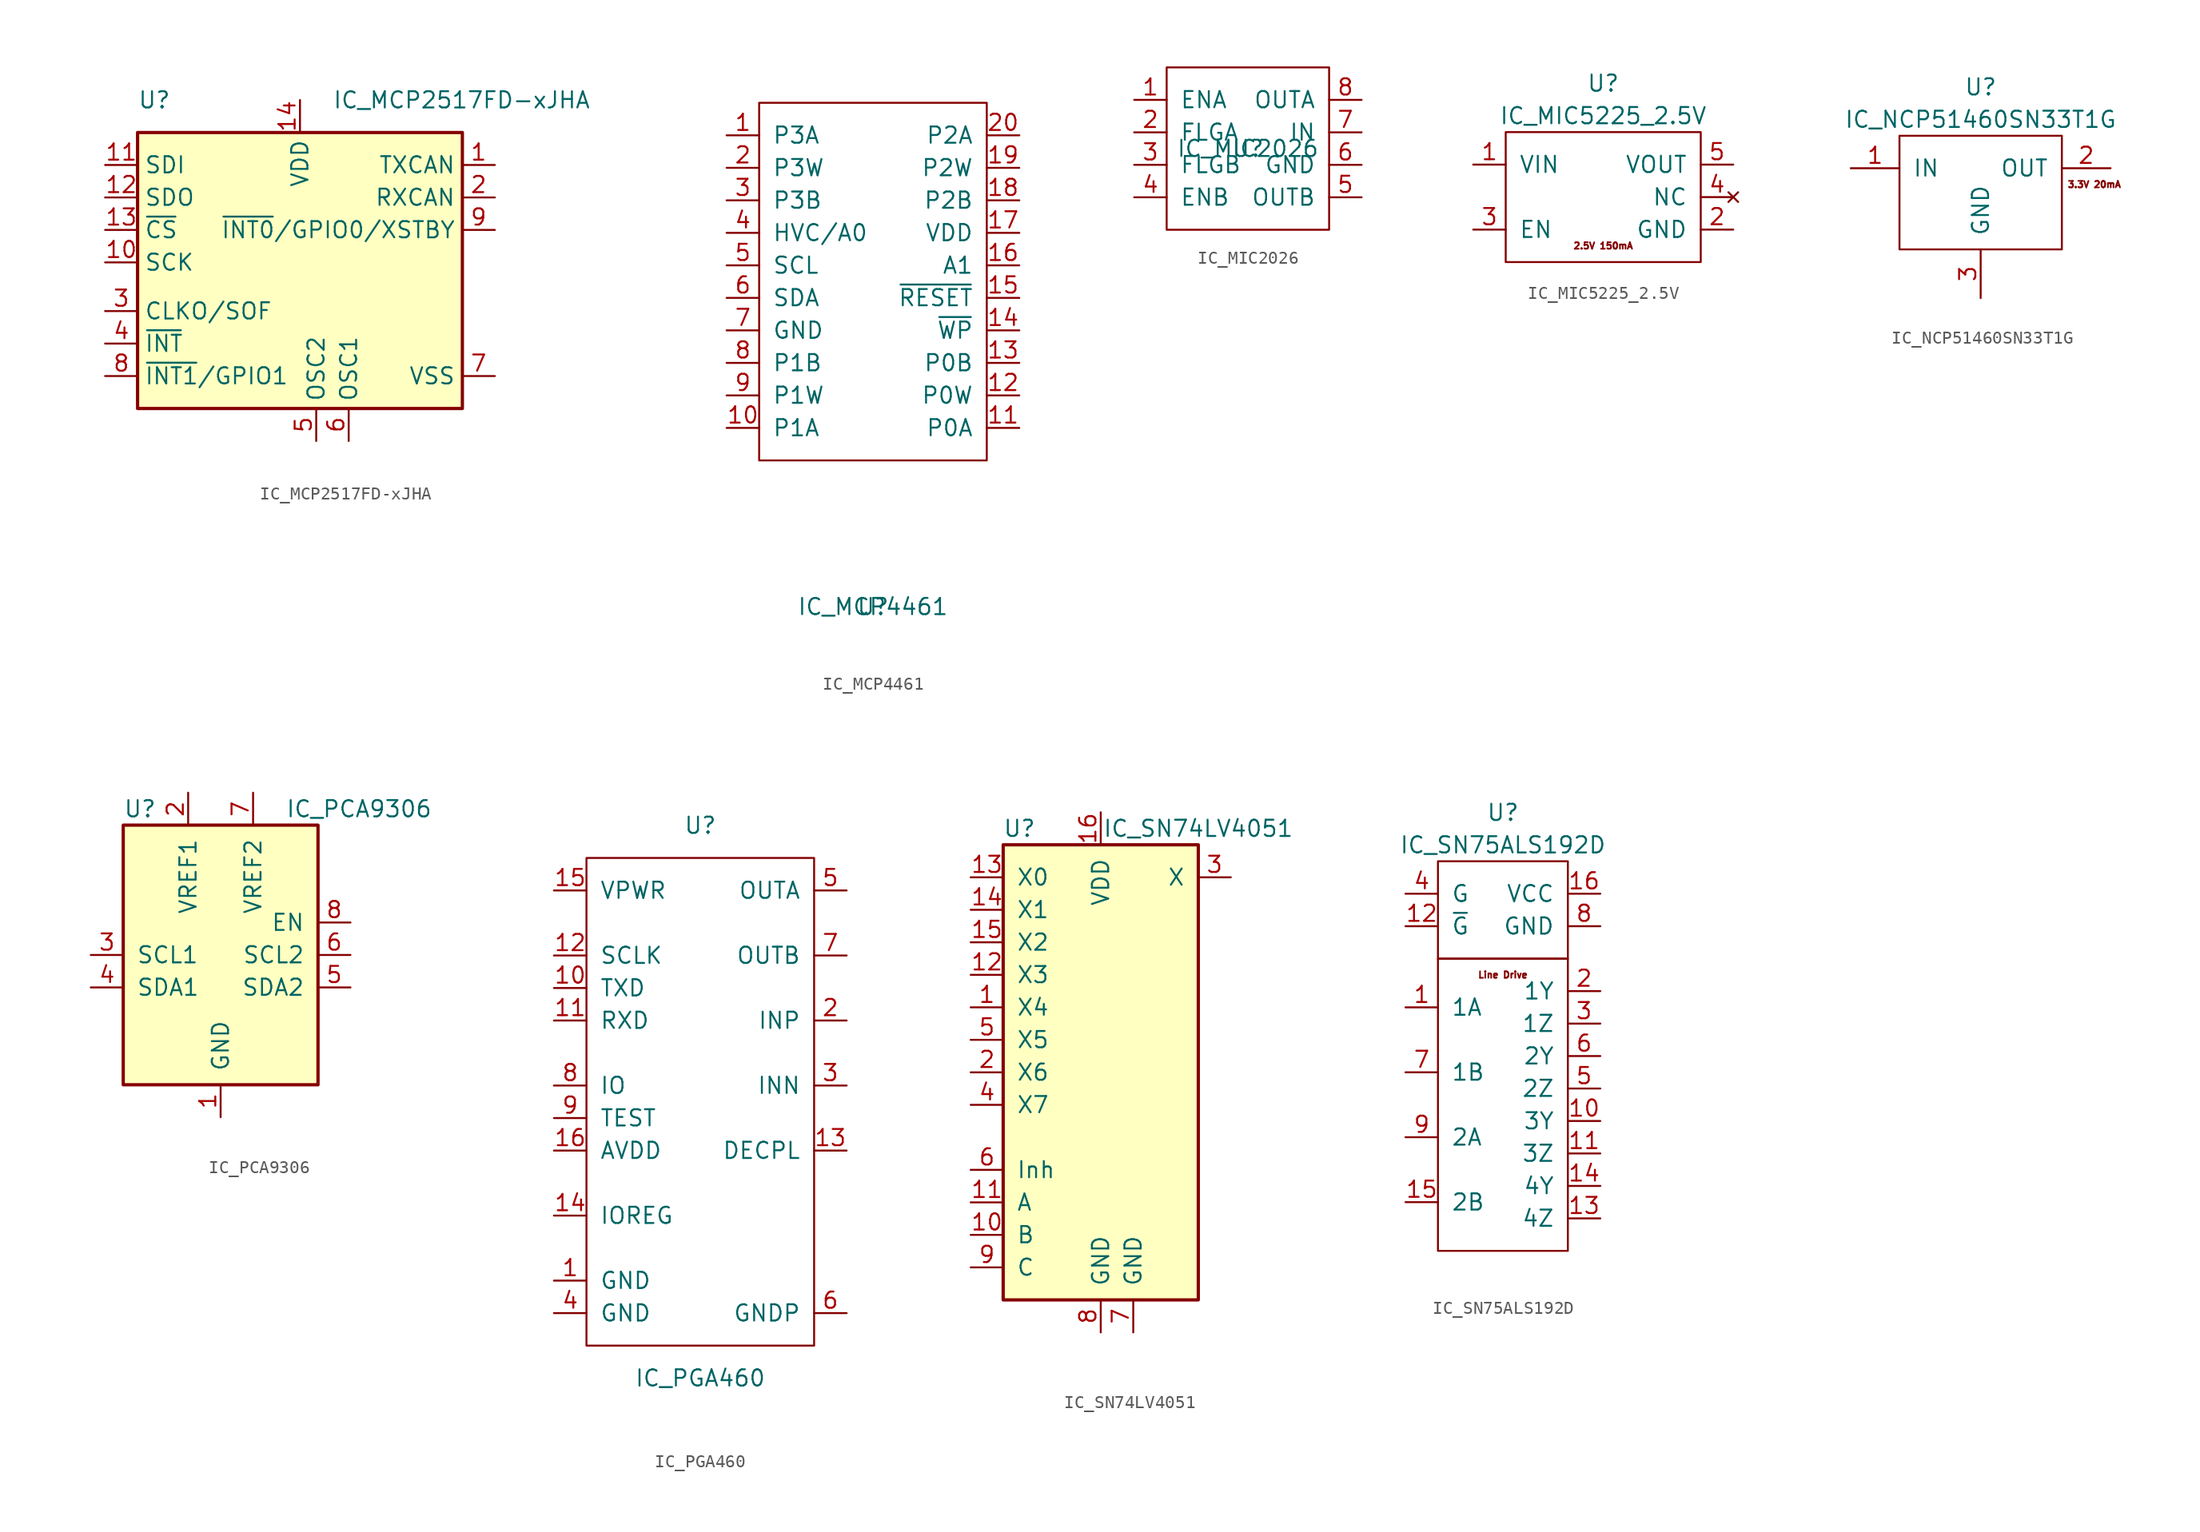
<source format=kicad_sym>
(kicad_symbol_lib
  (version 20211014)
  (generator kicad_symbol_editor)
  (symbol "IC_MCP2517FD-xJHA"
    (property "Reference" "U"
      (at -12.7 12.7 0)
      (effects (font (size 1.27 1.27)) (justify left)))
    (property "Value" "IC_MCP2517FD-xJHA"
      (at 2.54 12.7 0)
      (effects (font (size 1.27 1.27)) (justify left)))
    (symbol "IC_MCP2517FD-xJHA_0_1"
      (rectangle (start -12.7 10.16) (end 12.7 -11.43) (stroke (width 0.254) (type default) (color 0 0 0 0)) (fill (type background))))
    (symbol "IC_MCP2517FD-xJHA_1_1"
      (pin output line (at 15.24 7.62 180) (length 2.54) (name "TXCAN" (effects (font (size 1.27 1.27)))) (number "1" (effects (font (size 1.27 1.27)))))
      (pin input line (at -15.24 0 0) (length 2.54) (name "SCK" (effects (font (size 1.27 1.27)))) (number "10" (effects (font (size 1.27 1.27)))))
      (pin input line (at -15.24 7.62 0) (length 2.54) (name "SDI" (effects (font (size 1.27 1.27)))) (number "11" (effects (font (size 1.27 1.27)))))
      (pin output line (at -15.24 5.08 0) (length 2.54) (name "SDO" (effects (font (size 1.27 1.27)))) (number "12" (effects (font (size 1.27 1.27)))))
      (pin input line (at -15.24 2.54 0) (length 2.54) (name "~{CS}" (effects (font (size 1.27 1.27)))) (number "13" (effects (font (size 1.27 1.27)))))
      (pin power_in line (at 0 12.7 270) (length 2.54) (name "VDD" (effects (font (size 1.27 1.27)))) (number "14" (effects (font (size 1.27 1.27)))))
      (pin passive line (at 15.24 -8.89 180) (length 2.54) hide (name "VSS" (effects (font (size 1.27 1.27)))) (number "15" (effects (font (size 1.27 1.27)))))
      (pin input line (at 15.24 5.08 180) (length 2.54) (name "RXCAN" (effects (font (size 1.27 1.27)))) (number "2" (effects (font (size 1.27 1.27)))))
      (pin output line (at -15.24 -3.81 0) (length 2.54) (name "CLKO/SOF" (effects (font (size 1.27 1.27)))) (number "3" (effects (font (size 1.27 1.27)))))
      (pin output line (at -15.24 -6.35 0) (length 2.54) (name "~{INT}" (effects (font (size 1.27 1.27)))) (number "4" (effects (font (size 1.27 1.27)))))
      (pin output line (at 1.27 -13.97 90) (length 2.54) (name "OSC2" (effects (font (size 1.27 1.27)))) (number "5" (effects (font (size 1.27 1.27)))))
      (pin input line (at 3.81 -13.97 90) (length 2.54) (name "OSC1" (effects (font (size 1.27 1.27)))) (number "6" (effects (font (size 1.27 1.27)))))
      (pin power_in line (at 15.24 -8.89 180) (length 2.54) (name "VSS" (effects (font (size 1.27 1.27)))) (number "7" (effects (font (size 1.27 1.27)))))
      (pin bidirectional line (at -15.24 -8.89 0) (length 2.54) (name "~{INT1}/GPIO1" (effects (font (size 1.27 1.27)))) (number "8" (effects (font (size 1.27 1.27)))))
      (pin bidirectional line (at 15.24 2.54 180) (length 2.54) (name "~{INT0}/GPIO0/XSTBY" (effects (font (size 1.27 1.27)))) (number "9" (effects (font (size 1.27 1.27)))))))
  (symbol "IC_MCP4461"
    (pin_names
      (offset 1.016))
    (property "Reference" "U"
      (at 0 -25.4 0)
      (effects (font (size 1.27 1.27))))
    (property "Value" "IC_MCP4461"
      (at 0 -25.4 0)
      (effects (font (size 1.27 1.27))))
    (symbol "IC_MCP4461_0_1"
      (rectangle (start -8.89 13.97) (end 8.89 -13.97) (stroke (width 0) (type default) (color 0 0 0 0)) (fill (type none))))
    (symbol "IC_MCP4461_1_1"
      (pin passive line (at -11.43 11.43 0) (length 2.54) (name "P3A" (effects (font (size 1.27 1.27)))) (number "1" (effects (font (size 1.27 1.27)))))
      (pin passive line (at -11.43 -11.43 0) (length 2.54) (name "P1A" (effects (font (size 1.27 1.27)))) (number "10" (effects (font (size 1.27 1.27)))))
      (pin passive line (at 11.43 -11.43 180) (length 2.54) (name "P0A" (effects (font (size 1.27 1.27)))) (number "11" (effects (font (size 1.27 1.27)))))
      (pin passive line (at 11.43 -8.89 180) (length 2.54) (name "P0W" (effects (font (size 1.27 1.27)))) (number "12" (effects (font (size 1.27 1.27)))))
      (pin passive line (at 11.43 -6.35 180) (length 2.54) (name "P0B" (effects (font (size 1.27 1.27)))) (number "13" (effects (font (size 1.27 1.27)))))
      (pin input line (at 11.43 -3.81 180) (length 2.54) (name "~{WP}" (effects (font (size 1.27 1.27)))) (number "14" (effects (font (size 1.27 1.27)))))
      (pin input line (at 11.43 -1.27 180) (length 2.54) (name "~{RESET}" (effects (font (size 1.27 1.27)))) (number "15" (effects (font (size 1.27 1.27)))))
      (pin input line (at 11.43 1.27 180) (length 2.54) (name "A1" (effects (font (size 1.27 1.27)))) (number "16" (effects (font (size 1.27 1.27)))))
      (pin power_in line (at 11.43 3.81 180) (length 2.54) (name "VDD" (effects (font (size 1.27 1.27)))) (number "17" (effects (font (size 1.27 1.27)))))
      (pin passive line (at 11.43 6.35 180) (length 2.54) (name "P2B" (effects (font (size 1.27 1.27)))) (number "18" (effects (font (size 1.27 1.27)))))
      (pin passive line (at 11.43 8.89 180) (length 2.54) (name "P2W" (effects (font (size 1.27 1.27)))) (number "19" (effects (font (size 1.27 1.27)))))
      (pin passive line (at -11.43 8.89 0) (length 2.54) (name "P3W" (effects (font (size 1.27 1.27)))) (number "2" (effects (font (size 1.27 1.27)))))
      (pin passive line (at 11.43 11.43 180) (length 2.54) (name "P2A" (effects (font (size 1.27 1.27)))) (number "20" (effects (font (size 1.27 1.27)))))
      (pin passive line (at -11.43 6.35 0) (length 2.54) (name "P3B" (effects (font (size 1.27 1.27)))) (number "3" (effects (font (size 1.27 1.27)))))
      (pin input line (at -11.43 3.81 0) (length 2.54) (name "HVC/A0" (effects (font (size 1.27 1.27)))) (number "4" (effects (font (size 1.27 1.27)))))
      (pin input line (at -11.43 1.27 0) (length 2.54) (name "SCL" (effects (font (size 1.27 1.27)))) (number "5" (effects (font (size 1.27 1.27)))))
      (pin bidirectional line (at -11.43 -1.27 0) (length 2.54) (name "SDA" (effects (font (size 1.27 1.27)))) (number "6" (effects (font (size 1.27 1.27)))))
      (pin power_in line (at -11.43 -3.81 0) (length 2.54) (name "GND" (effects (font (size 1.27 1.27)))) (number "7" (effects (font (size 1.27 1.27)))))
      (pin passive line (at -11.43 -6.35 0) (length 2.54) (name "P1B" (effects (font (size 1.27 1.27)))) (number "8" (effects (font (size 1.27 1.27)))))
      (pin passive line (at -11.43 -8.89 0) (length 2.54) (name "P1W" (effects (font (size 1.27 1.27)))) (number "9" (effects (font (size 1.27 1.27)))))))
  (symbol "IC_MIC2026"
    (pin_names
      (offset 1.016))
    (property "Reference" "U"
      (at 0 0 0)
      (effects (font (size 1.27 1.27))))
    (property "Value" "IC_MIC2026"
      (at 0 0 0)
      (effects (font (size 1.27 1.27))))
    (symbol "IC_MIC2026_0_1"
      (rectangle (start -6.35 6.35) (end 6.35 -6.35) (stroke (width 0) (type default) (color 0 0 0 0)) (fill (type none))))
    (symbol "IC_MIC2026_1_1"
      (pin input line (at -8.89 3.81 0) (length 2.54) (name "ENA" (effects (font (size 1.27 1.27)))) (number "1" (effects (font (size 1.27 1.27)))))
      (pin output line (at -8.89 1.27 0) (length 2.54) (name "FLGA" (effects (font (size 1.27 1.27)))) (number "2" (effects (font (size 1.27 1.27)))))
      (pin output line (at -8.89 -1.27 0) (length 2.54) (name "FLGB" (effects (font (size 1.27 1.27)))) (number "3" (effects (font (size 1.27 1.27)))))
      (pin output line (at -8.89 -3.81 0) (length 2.54) (name "ENB" (effects (font (size 1.27 1.27)))) (number "4" (effects (font (size 1.27 1.27)))))
      (pin power_out line (at 8.89 -3.81 180) (length 2.54) (name "OUTB" (effects (font (size 1.27 1.27)))) (number "5" (effects (font (size 1.27 1.27)))))
      (pin power_in line (at 8.89 -1.27 180) (length 2.54) (name "GND" (effects (font (size 1.27 1.27)))) (number "6" (effects (font (size 1.27 1.27)))))
      (pin power_in line (at 8.89 1.27 180) (length 2.54) (name "IN" (effects (font (size 1.27 1.27)))) (number "7" (effects (font (size 1.27 1.27)))))
      (pin output line (at 8.89 3.81 180) (length 2.54) (name "OUTA" (effects (font (size 1.27 1.27)))) (number "8" (effects (font (size 1.27 1.27)))))))
  (symbol "IC_MIC5225_2.5V"
    (pin_names
      (offset 1.016))
    (property "Reference" "U"
      (at 0 8.89 0)
      (effects (font (size 1.27 1.27))))
    (property "Value" "IC_MIC5225_2.5V"
      (at 0 6.35 0)
      (effects (font (size 1.27 1.27))))
    (symbol "IC_MIC5225_2.5V_0_0"
      (text "2.5V 150mA" (at 0 -3.81 0) (effects (font (size 0.508 0.508)))))
    (symbol "IC_MIC5225_2.5V_0_1"
      (rectangle (start -7.62 5.08) (end 7.62 -5.08) (stroke (width 0) (type default) (color 0 0 0 0)) (fill (type none))))
    (symbol "IC_MIC5225_2.5V_1_1"
      (pin power_in line (at -10.16 2.54 0) (length 2.54) (name "VIN" (effects (font (size 1.27 1.27)))) (number "1" (effects (font (size 1.27 1.27)))))
      (pin power_in line (at 10.16 -2.54 180) (length 2.54) (name "GND" (effects (font (size 1.27 1.27)))) (number "2" (effects (font (size 1.27 1.27)))))
      (pin input line (at -10.16 -2.54 0) (length 2.54) (name "EN" (effects (font (size 1.27 1.27)))) (number "3" (effects (font (size 1.27 1.27)))))
      (pin no_connect line (at 10.16 0 180) (length 2.54) (name "NC" (effects (font (size 1.27 1.27)))) (number "4" (effects (font (size 1.27 1.27)))))
      (pin power_out line (at 10.16 2.54 180) (length 2.54) (name "VOUT" (effects (font (size 1.27 1.27)))) (number "5" (effects (font (size 1.27 1.27)))))))
  (symbol "IC_NCP51460SN33T1G"
    (pin_names
      (offset 1.016))
    (property "Reference" "U"
      (at 0 8.89 0)
      (effects (font (size 1.27 1.27))))
    (property "Value" "IC_NCP51460SN33T1G"
      (at 0 6.35 0)
      (effects (font (size 1.27 1.27))))
    (symbol "IC_NCP51460SN33T1G_0_0"
      (text "3.3V 20mA" (at 8.89 1.27 0) (effects (font (size 0.508 0.508)))))
    (symbol "IC_NCP51460SN33T1G_0_1"
      (rectangle (start -6.35 5.08) (end 6.35 -3.81) (stroke (width 0) (type default) (color 0 0 0 0)) (fill (type none))))
    (symbol "IC_NCP51460SN33T1G_1_1"
      (pin power_in line (at -10.16 2.54 0) (length 3.81) (name "IN" (effects (font (size 1.27 1.27)))) (number "1" (effects (font (size 1.27 1.27)))))
      (pin power_out line (at 10.16 2.54 180) (length 3.81) (name "OUT" (effects (font (size 1.27 1.27)))) (number "2" (effects (font (size 1.27 1.27)))))
      (pin power_in line (at 0 -7.62 90) (length 3.81) (name "GND" (effects (font (size 1.27 1.27)))) (number "3" (effects (font (size 1.27 1.27)))))))
  (symbol "IC_PCA9306"
    (pin_names
      (offset 1.016))
    (property "Reference" "U"
      (at -7.62 11.43 0)
      (effects (font (size 1.27 1.27)) (justify left)))
    (property "Value" "IC_PCA9306"
      (at 5.08 11.43 0)
      (effects (font (size 1.27 1.27)) (justify left)))
    (symbol "IC_PCA9306_0_1"
      (rectangle (start -7.62 10.16) (end 7.62 -10.16) (stroke (width 0.254) (type default) (color 0 0 0 0)) (fill (type background))))
    (symbol "IC_PCA9306_1_1"
      (pin power_in line (at 0 -12.7 90) (length 2.54) (name "GND" (effects (font (size 1.27 1.27)))) (number "1" (effects (font (size 1.27 1.27)))))
      (pin power_in line (at -2.54 12.7 270) (length 2.54) (name "VREF1" (effects (font (size 1.27 1.27)))) (number "2" (effects (font (size 1.27 1.27)))))
      (pin bidirectional line (at -10.16 0 0) (length 2.54) (name "SCL1" (effects (font (size 1.27 1.27)))) (number "3" (effects (font (size 1.27 1.27)))))
      (pin bidirectional line (at -10.16 -2.54 0) (length 2.54) (name "SDA1" (effects (font (size 1.27 1.27)))) (number "4" (effects (font (size 1.27 1.27)))))
      (pin bidirectional line (at 10.16 -2.54 180) (length 2.54) (name "SDA2" (effects (font (size 1.27 1.27)))) (number "5" (effects (font (size 1.27 1.27)))))
      (pin bidirectional line (at 10.16 0 180) (length 2.54) (name "SCL2" (effects (font (size 1.27 1.27)))) (number "6" (effects (font (size 1.27 1.27)))))
      (pin power_in line (at 2.54 12.7 270) (length 2.54) (name "VREF2" (effects (font (size 1.27 1.27)))) (number "7" (effects (font (size 1.27 1.27)))))
      (pin input line (at 10.16 2.54 180) (length 2.54) (name "EN" (effects (font (size 1.27 1.27)))) (number "8" (effects (font (size 1.27 1.27)))))))
  (symbol "IC_PGA460"
    (pin_names
      (offset 1.016))
    (property "Reference" "U"
      (at 0 21.59 0)
      (effects (font (size 1.27 1.27))))
    (property "Value" "IC_PGA460"
      (at 0 -21.59 0)
      (effects (font (size 1.27 1.27))))
    (symbol "IC_PGA460_0_1"
      (rectangle (start -8.89 19.05) (end 8.89 -19.05) (stroke (width 0) (type default) (color 0 0 0 0)) (fill (type none))))
    (symbol "IC_PGA460_1_1"
      (pin passive line (at -11.43 -13.97 0) (length 2.54) (name "GND" (effects (font (size 1.27 1.27)))) (number "1" (effects (font (size 1.27 1.27)))))
      (pin output line (at -11.43 8.89 0) (length 2.54) (name "TXD" (effects (font (size 1.27 1.27)))) (number "10" (effects (font (size 1.27 1.27)))))
      (pin input line (at -11.43 6.35 0) (length 2.54) (name "RXD" (effects (font (size 1.27 1.27)))) (number "11" (effects (font (size 1.27 1.27)))))
      (pin input line (at -11.43 11.43 0) (length 2.54) (name "SCLK" (effects (font (size 1.27 1.27)))) (number "12" (effects (font (size 1.27 1.27)))))
      (pin output line (at 11.43 -3.81 180) (length 2.54) (name "DECPL" (effects (font (size 1.27 1.27)))) (number "13" (effects (font (size 1.27 1.27)))))
      (pin passive line (at -11.43 -8.89 0) (length 2.54) (name "IOREG" (effects (font (size 1.27 1.27)))) (number "14" (effects (font (size 1.27 1.27)))))
      (pin passive line (at -11.43 16.51 0) (length 2.54) (name "VPWR" (effects (font (size 1.27 1.27)))) (number "15" (effects (font (size 1.27 1.27)))))
      (pin passive line (at -11.43 -3.81 0) (length 2.54) (name "AVDD" (effects (font (size 1.27 1.27)))) (number "16" (effects (font (size 1.27 1.27)))))
      (pin input line (at 11.43 6.35 180) (length 2.54) (name "INP" (effects (font (size 1.27 1.27)))) (number "2" (effects (font (size 1.27 1.27)))))
      (pin input line (at 11.43 1.27 180) (length 2.54) (name "INN" (effects (font (size 1.27 1.27)))) (number "3" (effects (font (size 1.27 1.27)))))
      (pin passive line (at -11.43 -16.51 0) (length 2.54) (name "GND" (effects (font (size 1.27 1.27)))) (number "4" (effects (font (size 1.27 1.27)))))
      (pin output line (at 11.43 16.51 180) (length 2.54) (name "OUTA" (effects (font (size 1.27 1.27)))) (number "5" (effects (font (size 1.27 1.27)))))
      (pin passive line (at 11.43 -16.51 180) (length 2.54) (name "GNDP" (effects (font (size 1.27 1.27)))) (number "6" (effects (font (size 1.27 1.27)))))
      (pin output line (at 11.43 11.43 180) (length 2.54) (name "OUTB" (effects (font (size 1.27 1.27)))) (number "7" (effects (font (size 1.27 1.27)))))
      (pin bidirectional line (at -11.43 1.27 0) (length 2.54) (name "IO" (effects (font (size 1.27 1.27)))) (number "8" (effects (font (size 1.27 1.27)))))
      (pin bidirectional line (at -11.43 -1.27 0) (length 2.54) (name "TEST" (effects (font (size 1.27 1.27)))) (number "9" (effects (font (size 1.27 1.27)))))))
  (symbol "IC_SN74LV4051"
    (pin_names
      (offset 1.016))
    (property "Reference" "U"
      (at -6.35 19.05 0)
      (effects (font (size 1.27 1.27))))
    (property "Value" "IC_SN74LV4051"
      (at 7.62 19.05 0)
      (effects (font (size 1.27 1.27))))
    (property "ki_locked" ""
      (at 0 0 0)
      (effects (font (size 1.27 1.27))))
    (symbol "IC_SN74LV4051_1_0"
      (pin passive line (at -10.16 5.08 0) (length 2.54) (name "X4" (effects (font (size 1.27 1.27)))) (number "1" (effects (font (size 1.27 1.27)))))
      (pin input line (at -10.16 -12.7 0) (length 2.54) (name "B" (effects (font (size 1.27 1.27)))) (number "10" (effects (font (size 1.27 1.27)))))
      (pin input line (at -10.16 -10.16 0) (length 2.54) (name "A" (effects (font (size 1.27 1.27)))) (number "11" (effects (font (size 1.27 1.27)))))
      (pin passive line (at -10.16 7.62 0) (length 2.54) (name "X3" (effects (font (size 1.27 1.27)))) (number "12" (effects (font (size 1.27 1.27)))))
      (pin passive line (at -10.16 15.24 0) (length 2.54) (name "X0" (effects (font (size 1.27 1.27)))) (number "13" (effects (font (size 1.27 1.27)))))
      (pin passive line (at -10.16 12.7 0) (length 2.54) (name "X1" (effects (font (size 1.27 1.27)))) (number "14" (effects (font (size 1.27 1.27)))))
      (pin passive line (at -10.16 10.16 0) (length 2.54) (name "X2" (effects (font (size 1.27 1.27)))) (number "15" (effects (font (size 1.27 1.27)))))
      (pin power_in line (at 0 20.32 270) (length 2.54) (name "VDD" (effects (font (size 1.27 1.27)))) (number "16" (effects (font (size 1.27 1.27)))))
      (pin passive line (at -10.16 0 0) (length 2.54) (name "X6" (effects (font (size 1.27 1.27)))) (number "2" (effects (font (size 1.27 1.27)))))
      (pin passive line (at 10.16 15.24 180) (length 2.54) (name "X" (effects (font (size 1.27 1.27)))) (number "3" (effects (font (size 1.27 1.27)))))
      (pin passive line (at -10.16 -2.54 0) (length 2.54) (name "X7" (effects (font (size 1.27 1.27)))) (number "4" (effects (font (size 1.27 1.27)))))
      (pin passive line (at -10.16 2.54 0) (length 2.54) (name "X5" (effects (font (size 1.27 1.27)))) (number "5" (effects (font (size 1.27 1.27)))))
      (pin input line (at -10.16 -7.62 0) (length 2.54) (name "Inh" (effects (font (size 1.27 1.27)))) (number "6" (effects (font (size 1.27 1.27)))))
      (pin power_in line (at 2.54 -20.32 90) (length 2.54) (name "GND" (effects (font (size 1.27 1.27)))) (number "7" (effects (font (size 1.27 1.27)))))
      (pin power_in line (at 0 -20.32 90) (length 2.54) (name "GND" (effects (font (size 1.27 1.27)))) (number "8" (effects (font (size 1.27 1.27)))))
      (pin input line (at -10.16 -15.24 0) (length 2.54) (name "C" (effects (font (size 1.27 1.27)))) (number "9" (effects (font (size 1.27 1.27))))))
    (symbol "IC_SN74LV4051_1_1"
      (rectangle (start -7.62 17.78) (end 7.62 -17.78) (stroke (width 0.254) (type default) (color 0 0 0 0)) (fill (type background)))))
  (symbol "IC_SN75ALS192D"
    (pin_names
      (offset 1.016))
    (property "Reference" "U"
      (at 0 17.78 0)
      (effects (font (size 1.27 1.27))))
    (property "Value" "IC_SN75ALS192D"
      (at 0 15.24 0)
      (effects (font (size 1.27 1.27))))
    (symbol "IC_SN75ALS192D_0_0"
      (text "Line Drive" (at 0 5.08 0) (effects (font (size 0.508 0.508)))))
    (symbol "IC_SN75ALS192D_0_1"
      (rectangle (start -5.08 6.35) (end 5.08 -16.51) (stroke (width 0) (type default) (color 0 0 0 0)) (fill (type none)))
      (rectangle (start -5.08 13.97) (end 5.08 6.35) (stroke (width 0) (type default) (color 0 0 0 0)) (fill (type none))))
    (symbol "IC_SN75ALS192D_1_1"
      (pin input line (at -7.62 2.54 0) (length 2.54) (name "1A" (effects (font (size 1.27 1.27)))) (number "1" (effects (font (size 1.27 1.27)))))
      (pin output line (at 7.62 -6.35 180) (length 2.54) (name "3Y" (effects (font (size 1.27 1.27)))) (number "10" (effects (font (size 1.27 1.27)))))
      (pin output line (at 7.62 -8.89 180) (length 2.54) (name "3Z" (effects (font (size 1.27 1.27)))) (number "11" (effects (font (size 1.27 1.27)))))
      (pin input line (at -7.62 8.89 0) (length 2.54) (name "~{G}" (effects (font (size 1.27 1.27)))) (number "12" (effects (font (size 1.27 1.27)))))
      (pin output line (at 7.62 -13.97 180) (length 2.54) (name "4Z" (effects (font (size 1.27 1.27)))) (number "13" (effects (font (size 1.27 1.27)))))
      (pin output line (at 7.62 -11.43 180) (length 2.54) (name "4Y" (effects (font (size 1.27 1.27)))) (number "14" (effects (font (size 1.27 1.27)))))
      (pin input line (at -7.62 -12.7 0) (length 2.54) (name "2B" (effects (font (size 1.27 1.27)))) (number "15" (effects (font (size 1.27 1.27)))))
      (pin power_in line (at 7.62 11.43 180) (length 2.54) (name "VCC" (effects (font (size 1.27 1.27)))) (number "16" (effects (font (size 1.27 1.27)))))
      (pin output line (at 7.62 3.81 180) (length 2.54) (name "1Y" (effects (font (size 1.27 1.27)))) (number "2" (effects (font (size 1.27 1.27)))))
      (pin output line (at 7.62 1.27 180) (length 2.54) (name "1Z" (effects (font (size 1.27 1.27)))) (number "3" (effects (font (size 1.27 1.27)))))
      (pin input line (at -7.62 11.43 0) (length 2.54) (name "G" (effects (font (size 1.27 1.27)))) (number "4" (effects (font (size 1.27 1.27)))))
      (pin output line (at 7.62 -3.81 180) (length 2.54) (name "2Z" (effects (font (size 1.27 1.27)))) (number "5" (effects (font (size 1.27 1.27)))))
      (pin output line (at 7.62 -1.27 180) (length 2.54) (name "2Y" (effects (font (size 1.27 1.27)))) (number "6" (effects (font (size 1.27 1.27)))))
      (pin input line (at -7.62 -2.54 0) (length 2.54) (name "1B" (effects (font (size 1.27 1.27)))) (number "7" (effects (font (size 1.27 1.27)))))
      (pin power_in line (at 7.62 8.89 180) (length 2.54) (name "GND" (effects (font (size 1.27 1.27)))) (number "8" (effects (font (size 1.27 1.27)))))
      (pin input line (at -7.62 -7.62 0) (length 2.54) (name "2A" (effects (font (size 1.27 1.27)))) (number "9" (effects (font (size 1.27 1.27))))))))
</source>
